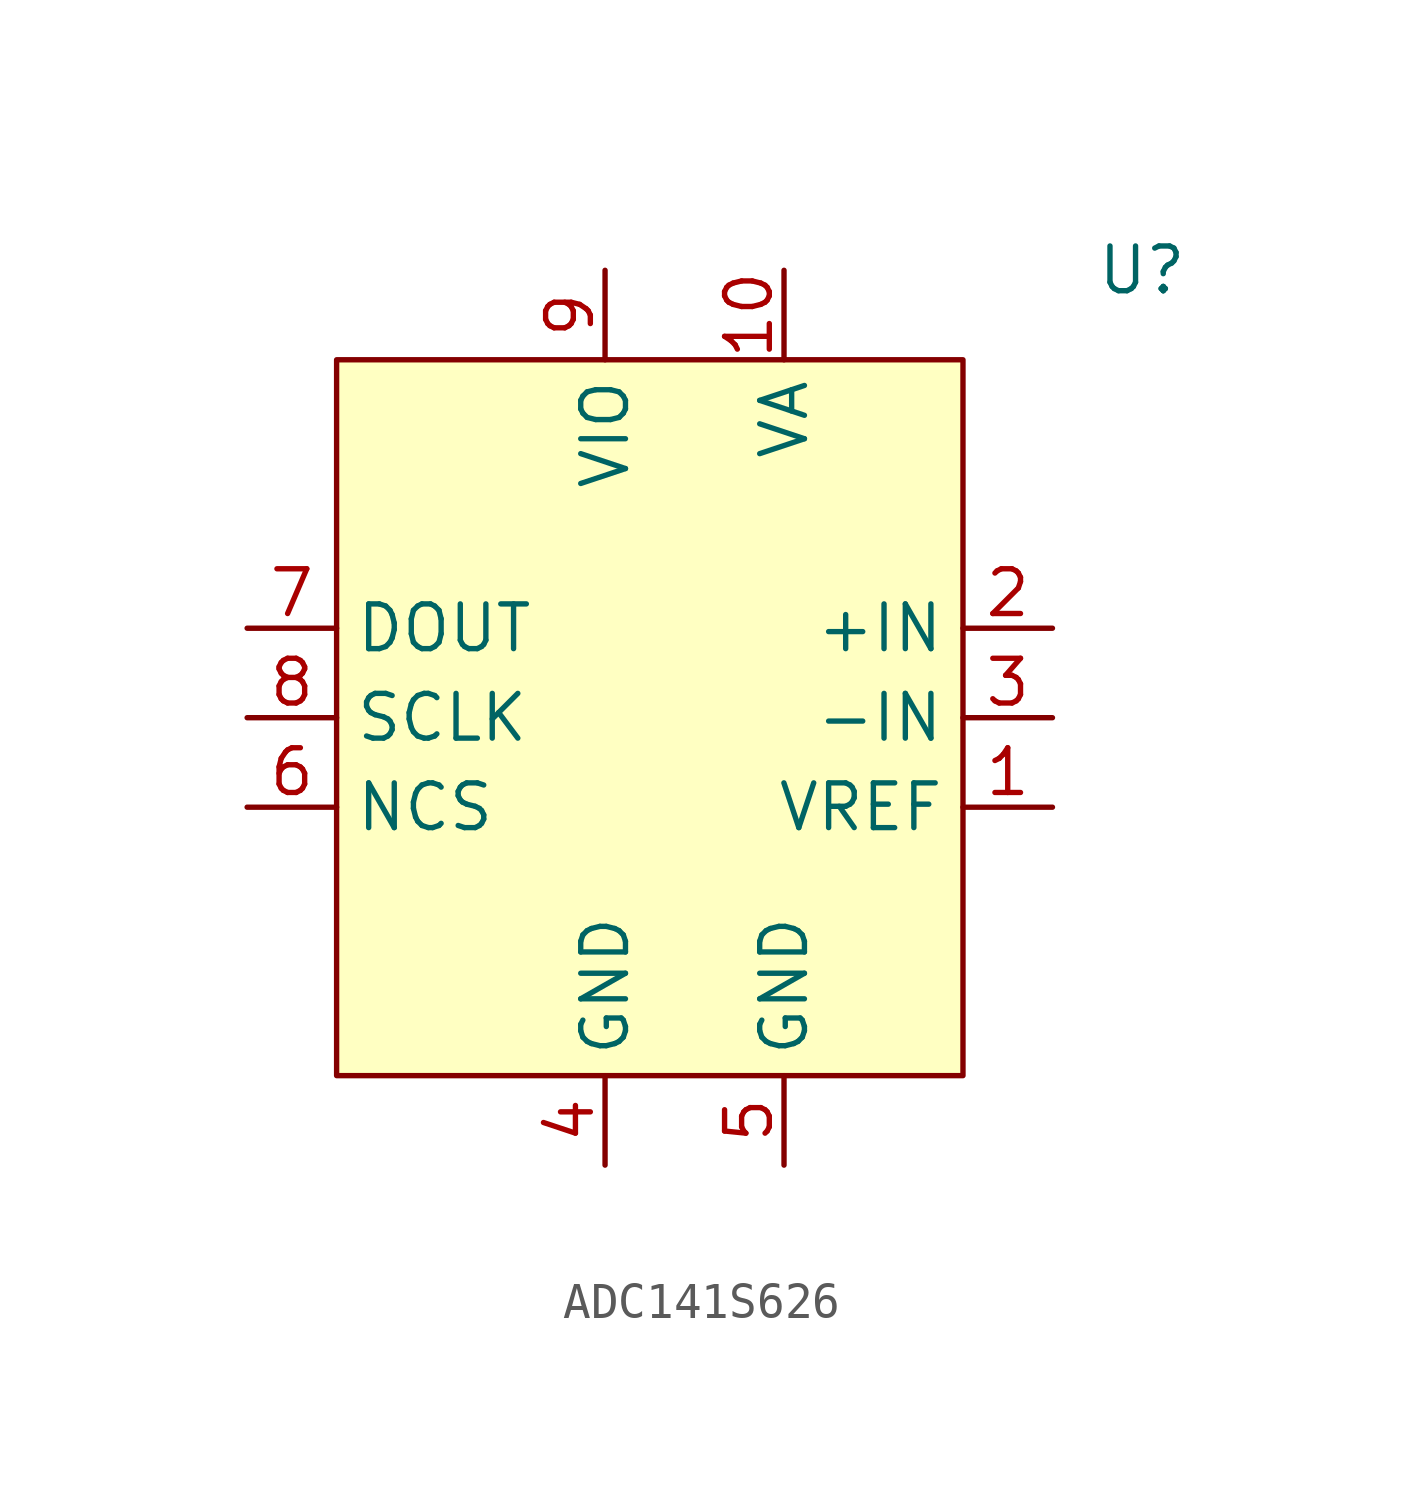
<source format=kicad_sym>
(kicad_symbol_lib
  (version 20241209)
  (generator "kicad_symbol_editor")
  (generator_version "9.0")
  (symbol "ADC141S626"
    (property "Reference" "U"
      (at 12.7 12.7 0)
      (effects (font (size 1.27 1.27))))
    (property "Value" ""
      (at 0 0 0)
      (effects (font (size 1.27 1.27))))
    (symbol "ADC141S626_0_0"
      (pin output line (at -12.7 2.54 0) (length 2.54) (name "DOUT" (effects (font (size 1.27 1.27)))) (number "7" (effects (font (size 1.27 1.27)))))
      (pin input line (at -12.7 0 0) (length 2.54) (name "SCLK" (effects (font (size 1.27 1.27)))) (number "8" (effects (font (size 1.27 1.27)))))
      (pin input line (at -12.7 -2.54 0) (length 2.54) (name "NCS" (effects (font (size 1.27 1.27)))) (number "6" (effects (font (size 1.27 1.27)))))
      (pin power_in line (at -2.54 12.7 270) (length 2.54) (name "VIO" (effects (font (size 1.27 1.27)))) (number "9" (effects (font (size 1.27 1.27)))))
      (pin power_in line (at -2.54 -12.7 90) (length 2.54) (name "GND" (effects (font (size 1.27 1.27)))) (number "4" (effects (font (size 1.27 1.27)))))
      (pin power_in line (at 2.54 12.7 270) (length 2.54) (name "VA" (effects (font (size 1.27 1.27)))) (number "10" (effects (font (size 1.27 1.27)))))
      (pin power_in line (at 2.54 -12.7 90) (length 2.54) (name "GND" (effects (font (size 1.27 1.27)))) (number "5" (effects (font (size 1.27 1.27)))))
      (pin input line (at 10.16 2.54 180) (length 2.54) (name "+IN" (effects (font (size 1.27 1.27)))) (number "2" (effects (font (size 1.27 1.27)))))
      (pin input line (at 10.16 0 180) (length 2.54) (name "-IN" (effects (font (size 1.27 1.27)))) (number "3" (effects (font (size 1.27 1.27)))))
      (pin input line (at 10.16 -2.54 180) (length 2.54) (name "VREF" (effects (font (size 1.27 1.27)))) (number "1" (effects (font (size 1.27 1.27))))))
    (symbol "ADC141S626_1_1"
      (rectangle (start -10.16 10.16) (end 7.62 -10.16) (stroke (width 0) (type solid)) (fill (type background))))))
</source>
